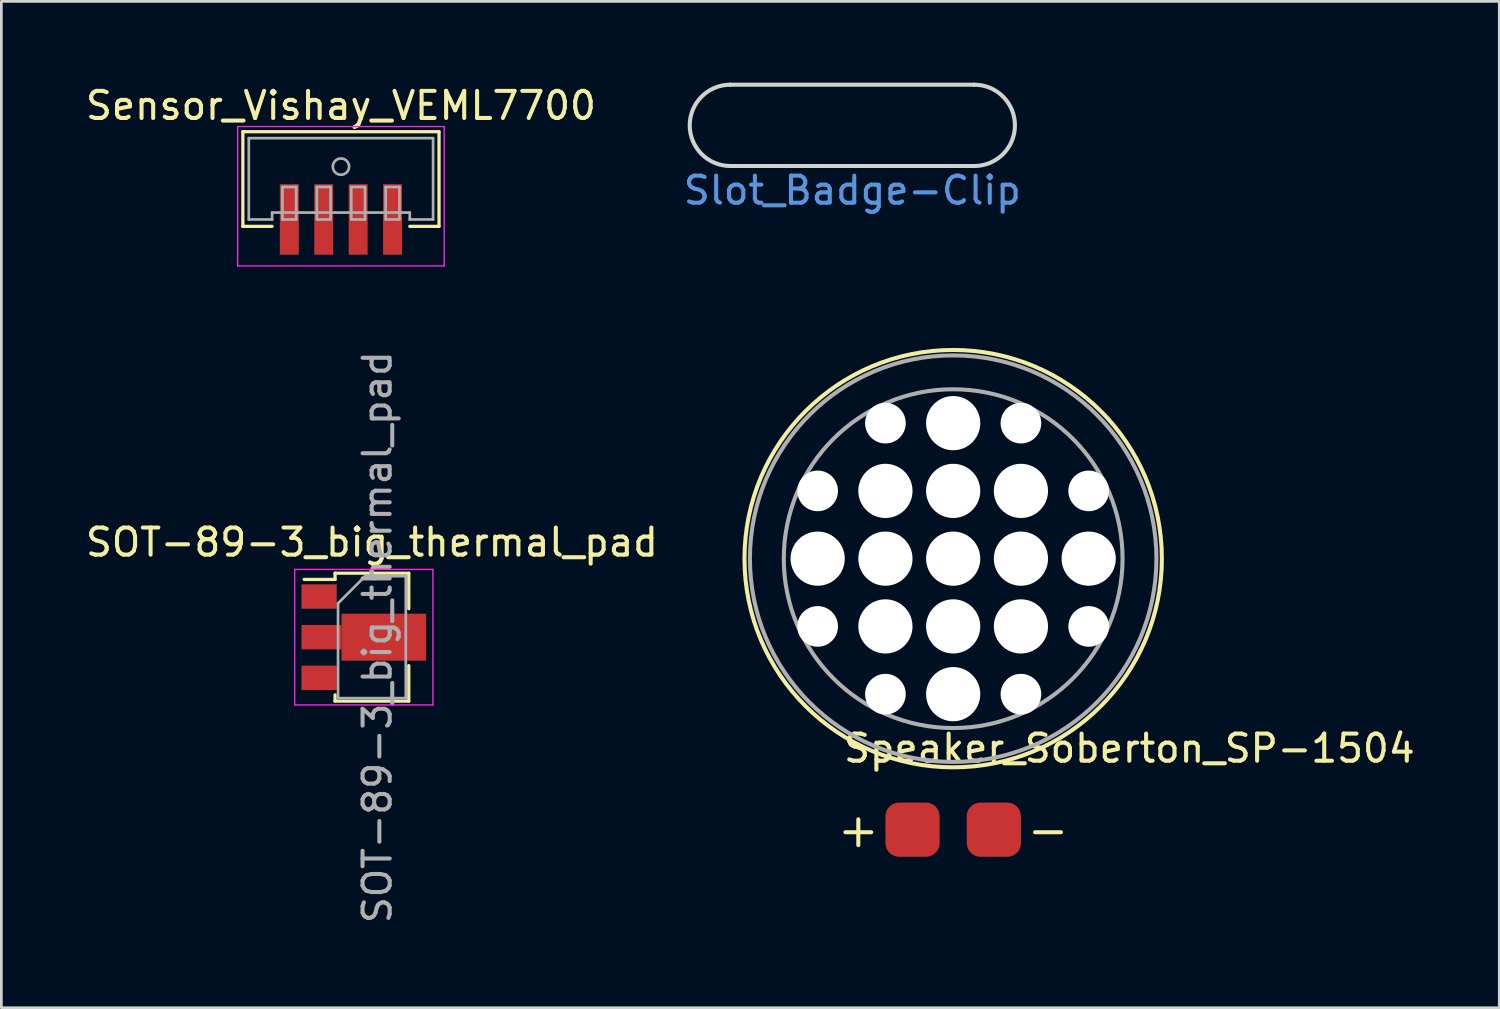
<source format=kicad_pcb>
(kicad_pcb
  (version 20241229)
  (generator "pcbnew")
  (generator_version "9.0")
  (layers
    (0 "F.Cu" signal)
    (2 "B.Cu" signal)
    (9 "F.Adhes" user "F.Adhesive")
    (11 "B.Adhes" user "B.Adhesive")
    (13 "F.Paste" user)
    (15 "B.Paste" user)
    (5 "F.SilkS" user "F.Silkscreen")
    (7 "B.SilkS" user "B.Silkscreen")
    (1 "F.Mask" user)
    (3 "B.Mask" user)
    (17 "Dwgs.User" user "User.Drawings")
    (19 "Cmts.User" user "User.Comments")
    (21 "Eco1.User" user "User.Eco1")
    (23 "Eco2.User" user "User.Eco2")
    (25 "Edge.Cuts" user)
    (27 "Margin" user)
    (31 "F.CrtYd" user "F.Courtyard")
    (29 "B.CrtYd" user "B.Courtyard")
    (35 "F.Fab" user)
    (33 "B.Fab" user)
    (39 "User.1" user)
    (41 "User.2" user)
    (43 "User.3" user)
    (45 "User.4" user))
  (footprint "Sensor_Vishay_VEML7700"
    (layer "F.Cu")
    (at 9.53 5.048)
    (property "Reference" "Sensor_Vishay_VEML7700" (at 0 -4.2 0) (layer "F.SilkS") (effects (font (size 1 1) (thickness 0.15))))
    (attr through_hole)
    (fp_line (start -3.619 -3.239) (end -3.619 0.254) (stroke (width 0.12) (type solid)) (layer "F.SilkS"))
    (fp_line (start -3.619 -3.239) (end 3.619 -3.239) (stroke (width 0.12) (type solid)) (layer "F.SilkS"))
    (fp_line (start -3.619 0.254) (end -2.54 0.254) (stroke (width 0.12) (type solid)) (layer "F.SilkS"))
    (fp_line (start 3.619 -3.239) (end 3.619 0.254) (stroke (width 0.12) (type solid)) (layer "F.SilkS"))
    (fp_line (start 3.619 0.254) (end 2.54 0.254) (stroke (width 0.12) (type solid)) (layer "F.SilkS"))
    (fp_line (start -3.81 -3.429) (end -3.81 1.714) (stroke (width 0.05) (type solid)) (layer "F.CrtYd"))
    (fp_line (start -3.81 1.714) (end 3.81 1.714) (stroke (width 0.05) (type solid)) (layer "F.CrtYd"))
    (fp_line (start 3.81 -3.429) (end -3.81 -3.429) (stroke (width 0.05) (type solid)) (layer "F.CrtYd"))
    (fp_line (start 3.81 1.714) (end 3.81 -3.429) (stroke (width 0.05) (type solid)) (layer "F.CrtYd"))
    (fp_line (start -3.4 -3) (end 3.4 -3) (stroke (width 0.1) (type solid)) (layer "F.Fab"))
    (fp_line (start -3.4 0) (end -3.4 -3) (stroke (width 0.1) (type solid)) (layer "F.Fab"))
    (fp_line (start -2.54 -0.254) (end -2.54 0) (stroke (width 0.1) (type solid)) (layer "F.Fab"))
    (fp_line (start -2.54 0) (end -3.4 0) (stroke (width 0.1) (type solid)) (layer "F.Fab"))
    (fp_line (start -2.159 0) (end -2.159 -1.2) (stroke (width 0.1) (type solid)) (layer "F.Fab"))
    (fp_line (start -2.151 -1.2) (end -1.651 -1.2) (stroke (width 0.1) (type solid)) (layer "F.Fab"))
    (fp_line (start -2.151 0) (end -1.651 0) (stroke (width 0.1) (type solid)) (layer "F.Fab"))
    (fp_line (start -1.651 0) (end -1.651 -1.2) (stroke (width 0.1) (type solid)) (layer "F.Fab"))
    (fp_line (start -0.889 -1.2) (end -0.389 -1.2) (stroke (width 0.1) (type solid)) (layer "F.Fab"))
    (fp_line (start -0.889 0) (end -0.889 -1.2) (stroke (width 0.1) (type solid)) (layer "F.Fab"))
    (fp_line (start -0.881 0) (end -0.381 0) (stroke (width 0.1) (type solid)) (layer "F.Fab"))
    (fp_line (start -0.381 0) (end -0.381 -1.2) (stroke (width 0.1) (type solid)) (layer "F.Fab"))
    (fp_line (start 0.381 -1.2) (end 0.881 -1.2) (stroke (width 0.1) (type solid)) (layer "F.Fab"))
    (fp_line (start 0.381 0) (end 0.381 -1.2) (stroke (width 0.1) (type solid)) (layer "F.Fab"))
    (fp_line (start 0.389 0) (end 0.889 0) (stroke (width 0.1) (type solid)) (layer "F.Fab"))
    (fp_line (start 0.889 0) (end 0.889 -1.2) (stroke (width 0.1) (type solid)) (layer "F.Fab"))
    (fp_line (start 1.651 -1.2) (end 2.151 -1.2) (stroke (width 0.1) (type solid)) (layer "F.Fab"))
    (fp_line (start 1.651 0) (end 1.651 -1.2) (stroke (width 0.1) (type solid)) (layer "F.Fab"))
    (fp_line (start 1.659 0) (end 2.159 0) (stroke (width 0.1) (type solid)) (layer "F.Fab"))
    (fp_line (start 2.159 0) (end 2.159 -1.2) (stroke (width 0.1) (type solid)) (layer "F.Fab"))
    (fp_line (start 2.54 -0.254) (end -2.54 -0.254) (stroke (width 0.1) (type solid)) (layer "F.Fab"))
    (fp_line (start 2.54 0) (end 2.54 -0.254) (stroke (width 0.1) (type solid)) (layer "F.Fab"))
    (fp_line (start 2.54 0) (end 3.4 0) (stroke (width 0.1) (type solid)) (layer "F.Fab"))
    (fp_line (start 3.4 0) (end 3.4 -3) (stroke (width 0.1) (type solid)) (layer "F.Fab"))
    (fp_circle (center 0 -1.95) (end 0.3 -1.95) (stroke (width 0.1) (type solid)) (fill no) (layer "F.Fab"))
    (pad "1" smd rect (at -1.905 0) (size 0.7 2.6) (layers "F.Cu" "F.Mask" "F.Paste"))
    (pad "2" smd rect (at -0.635 0) (size 0.7 2.6) (layers "F.Cu" "F.Mask" "F.Paste"))
    (pad "3" smd rect (at 0.635 0) (size 0.7 2.6) (layers "F.Cu" "F.Mask" "F.Paste"))
    (pad "4" smd rect (at 1.905 0) (size 0.7 2.6) (layers "F.Cu" "F.Mask" "F.Paste")))
  (footprint "Speaker_Soberton_SP-1504"
    (layer "F.Cu")
    (at 32.12 17.563)
    (property "Reference" "Speaker_Soberton_SP-1504" (at 6.5 7 0) (layer "F.SilkS") (effects (font (size 1 1) (thickness 0.15))))
    (attr through_hole)
    (fp_circle (center 0 0) (end 7.7 0) (stroke (width 0.15) (type solid)) (fill no) (layer "F.SilkS"))
    (fp_circle (center 0 0) (end 6.25 0) (stroke (width 0.15) (type solid)) (fill no) (layer "F.Fab"))
    (fp_circle (center 0 0) (end 7.5 0) (stroke (width 0.15) (type solid)) (fill no) (layer "F.Fab"))
    (fp_text user "+" (at -3.5 10 0) (layer "F.SilkS") (effects (font (size 1.25 1.25) (thickness 0.15))))
    (fp_text user "-" (at 3.5 10 0) (layer "F.SilkS") (effects (font (size 1.25 1.25) (thickness 0.15))))
    (pad "" np_thru_hole circle (at -5 -2.5) (size 1.5 1.5) (drill 1.5) (layers "*.Cu" "*.Mask"))
    (pad "" np_thru_hole circle (at -5 0) (size 2 2) (drill 2) (layers "*.Cu" "*.Mask"))
    (pad "" np_thru_hole circle (at -5 2.5) (size 1.5 1.5) (drill 1.5) (layers "*.Cu" "*.Mask"))
    (pad "" np_thru_hole circle (at -2.5 -5) (size 1.5 1.5) (drill 1.5) (layers "*.Cu" "*.Mask"))
    (pad "" np_thru_hole circle (at -2.5 -2.5) (size 2 2) (drill 2) (layers "*.Cu" "*.Mask"))
    (pad "" np_thru_hole circle (at -2.5 0) (size 2 2) (drill 2) (layers "*.Cu" "*.Mask"))
    (pad "" np_thru_hole circle (at -2.5 2.5) (size 2 2) (drill 2) (layers "*.Cu" "*.Mask"))
    (pad "" np_thru_hole circle (at -2.5 5) (size 1.5 1.5) (drill 1.5) (layers "*.Cu" "*.Mask"))
    (pad "" np_thru_hole circle (at 0 -5) (size 2 2) (drill 2) (layers "*.Cu" "*.Mask"))
    (pad "" np_thru_hole circle (at 0 -2.5) (size 2 2) (drill 2) (layers "*.Cu" "*.Mask"))
    (pad "" np_thru_hole circle (at 0 0) (size 2 2) (drill 2) (layers "*.Cu" "*.Mask"))
    (pad "" np_thru_hole circle (at 0 2.5) (size 2 2) (drill 2) (layers "*.Cu" "*.Mask"))
    (pad "" np_thru_hole circle (at 0 5) (size 2 2) (drill 2) (layers "*.Cu" "*.Mask"))
    (pad "" np_thru_hole circle (at 2.5 -5) (size 1.5 1.5) (drill 1.5) (layers "*.Cu" "*.Mask"))
    (pad "" np_thru_hole circle (at 2.5 -2.5) (size 2 2) (drill 2) (layers "*.Cu" "*.Mask"))
    (pad "" np_thru_hole circle (at 2.5 0) (size 2 2) (drill 2) (layers "*.Cu" "*.Mask"))
    (pad "" np_thru_hole circle (at 2.5 2.5) (size 2 2) (drill 2) (layers "*.Cu" "*.Mask"))
    (pad "" np_thru_hole circle (at 2.5 5) (size 1.5 1.5) (drill 1.5) (layers "*.Cu" "*.Mask"))
    (pad "" np_thru_hole circle (at 5 -2.5) (size 1.5 1.5) (drill 1.5) (layers "*.Cu" "*.Mask"))
    (pad "" np_thru_hole circle (at 5 0) (size 2 2) (drill 2) (layers "*.Cu" "*.Mask"))
    (pad "" np_thru_hole circle (at 5 2.5) (size 1.5 1.5) (drill 1.5) (layers "*.Cu" "*.Mask"))
    (pad "1" smd roundrect (at -1.5 10) (size 2 2) (layers "F.Cu" "F.Mask" "F.Paste") (roundrect_rratio 0.25))
    (pad "2" smd roundrect (at 1.5 10) (size 2 2) (layers "F.Cu" "F.Mask" "F.Paste") (roundrect_rratio 0.25)))
  (footprint "Slot_Badge-Clip"
    (layer "F.Cu")
    (at 28.399 1.575)
    (property "Reference" "Slot_Badge-Clip" (at 0 2.4 0) (layer "Cmts.User") (effects (font (size 1 1) (thickness 0.15))))
    (attr through_hole)
    (fp_line (start -4.5 -1.5) (end 4.5 -1.5) (stroke (width 0.15) (type solid)) (layer "Edge.Cuts"))
    (fp_line (start -4.5 1.5) (end 4.5 1.5) (stroke (width 0.15) (type solid)) (layer "Edge.Cuts"))
    (fp_arc (start -4.5 1.5) (mid -6 0) (end -4.5 -1.5) (stroke (width 0.15) (type solid)) (layer "Edge.Cuts"))
    (fp_arc (start 4.5 -1.5) (mid 6 0) (end 4.5 1.5) (stroke (width 0.15) (type solid)) (layer "Edge.Cuts")))
  (footprint "SOT-89-3_big_thermal_pad"
    (layer "F.Cu")
    (at 10.373 20.46)
    (property "Reference" "SOT-89-3_big_thermal_pad" (at 0.3 -3.5 0) (layer "F.SilkS") (effects (font (size 1 1) (thickness 0.15))))
    (attr smd)
    (fp_line (start -2.2 -2.13) (end -1.06 -2.13) (stroke (width 0.12) (type solid)) (layer "F.SilkS"))
    (fp_line (start -1.06 -2.36) (end -1.06 -2.13) (stroke (width 0.12) (type solid)) (layer "F.SilkS"))
    (fp_line (start -1.06 -2.36) (end 1.66 -2.36) (stroke (width 0.12) (type solid)) (layer "F.SilkS"))
    (fp_line (start -1.06 2.36) (end -1.06 2.13) (stroke (width 0.12) (type solid)) (layer "F.SilkS"))
    (fp_line (start 1.66 -2.36) (end 1.66 -1.05) (stroke (width 0.12) (type solid)) (layer "F.SilkS"))
    (fp_line (start 1.66 1.05) (end 1.66 2.36) (stroke (width 0.12) (type solid)) (layer "F.SilkS"))
    (fp_line (start 1.66 2.36) (end -1.06 2.36) (stroke (width 0.12) (type solid)) (layer "F.SilkS"))
    (fp_line (start -2.55 2.5) (end -2.55 -2.5) (stroke (width 0.05) (type solid)) (layer "F.CrtYd"))
    (fp_line (start -2.55 2.5) (end 2.55 2.5) (stroke (width 0.05) (type solid)) (layer "F.CrtYd"))
    (fp_line (start 2.55 -2.5) (end -2.55 -2.5) (stroke (width 0.05) (type solid)) (layer "F.CrtYd"))
    (fp_line (start 2.55 -2.5) (end 2.55 2.5) (stroke (width 0.05) (type solid)) (layer "F.CrtYd"))
    (fp_line (start -0.95 -1.25) (end 0.05 -2.25) (stroke (width 0.1) (type solid)) (layer "F.Fab"))
    (fp_line (start -0.95 2.25) (end -0.95 -1.25) (stroke (width 0.1) (type solid)) (layer "F.Fab"))
    (fp_line (start 0.05 -2.25) (end 1.55 -2.25) (stroke (width 0.1) (type solid)) (layer "F.Fab"))
    (fp_line (start 1.55 -2.25) (end 1.55 2.25) (stroke (width 0.1) (type solid)) (layer "F.Fab"))
    (fp_line (start 1.55 2.25) (end -0.95 2.25) (stroke (width 0.1) (type solid)) (layer "F.Fab"))
    (fp_text user "${REFERENCE}" (at 0.5 0 90) (layer "F.Fab") (effects (font (size 1 1) (thickness 0.15))))
    (pad "1" smd rect (at -1.65 -1.5) (size 1.3 0.9) (layers "F.Cu" "F.Mask" "F.Paste"))
    (pad "2" smd custom (at -1.562 0) (size 1.475 0.9) (layers "F.Cu" "F.Mask" "F.Paste") (options (anchor rect)) (primitives (gr_poly (pts (xy 0.738 -0.867) (xy 3.862 -0.867) (xy 3.862 0.867) (xy 0.738 0.867)) (width 0) (fill yes))))
    (pad "3" smd rect (at -1.65 1.5) (size 1.3 0.9) (layers "F.Cu" "F.Mask" "F.Paste")))
  (gr_rect
    (start -3 -3)
    (end 52.269 34.133)
    (stroke (width 0.1) (type default))
    (fill no)
    (layer "Edge.Cuts")))
</source>
